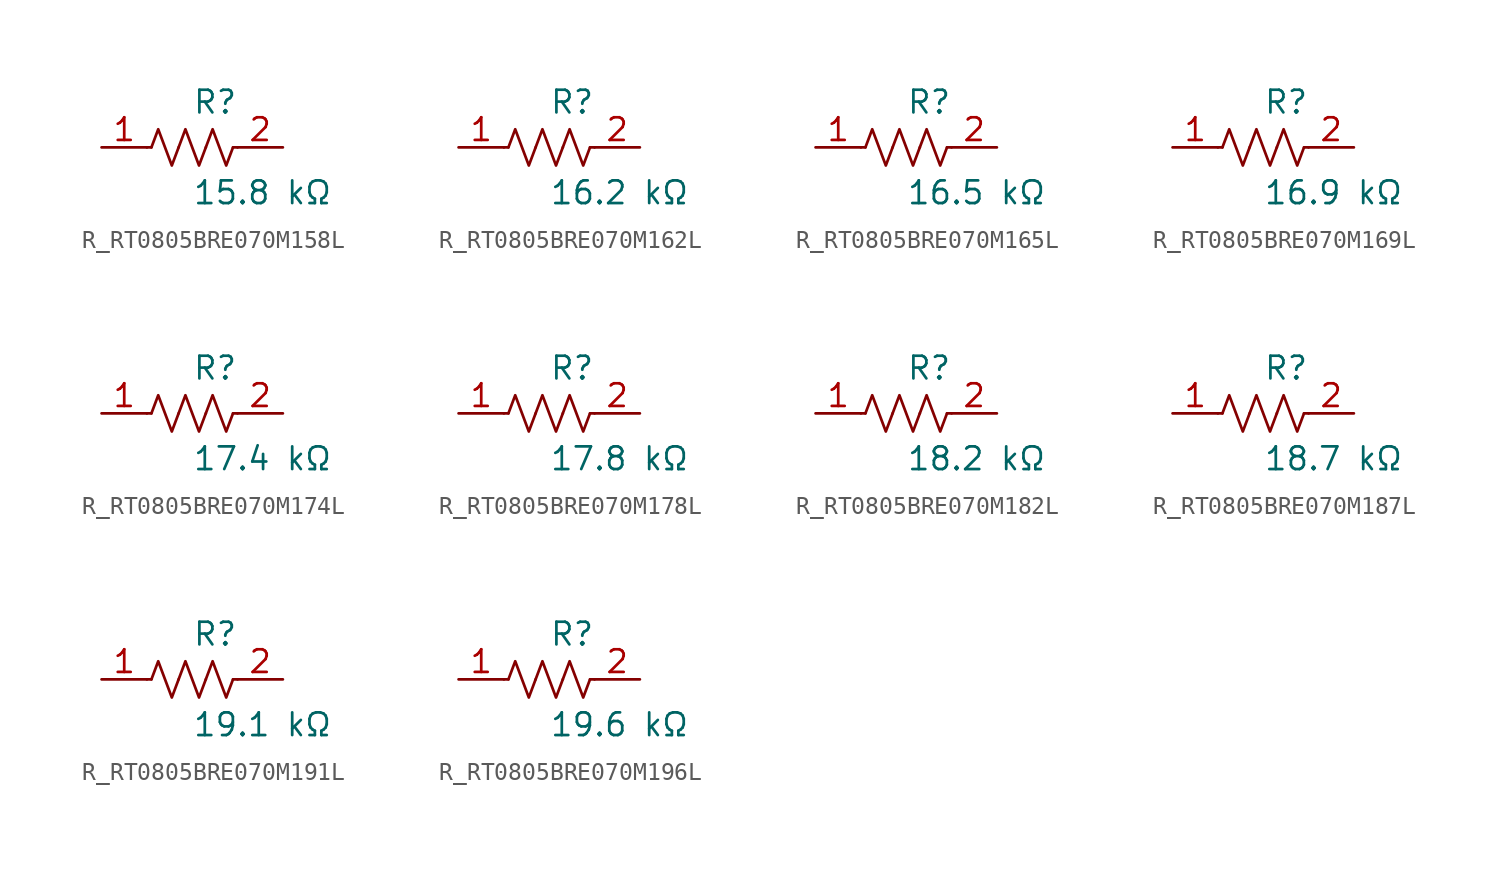
<source format=kicad_sym>
(kicad_symbol_lib
  (version 20231120)
  (generator kicad_symbol_editor)
  (generator_version 8.0)
  (symbol "R_RT0805BRE070M158L"
    (pin_names
      (offset 0.254))
    (property "Reference" "R"
      (at 0.0 2.54 0)
      (effects (font (size 1.27 1.27)) (justify left)))
    (property "Value" "15.8 kΩ"
      (at 0.0 -2.54 0)
      (effects (font (size 1.27 1.27)) (justify left)))
    (symbol "R_RT0805BRE070M158L_0_1"
      (polyline (pts (xy 2.286 0) (xy 2.54 0)) (stroke (width 0) (type default)) (fill (type none)))
      (polyline (pts (xy -2.286 0) (xy -2.54 0)) (stroke (width 0) (type default)) (fill (type none)))
      (polyline (pts (xy 0.762 0) (xy 1.143 1.016) (xy 1.524 0) (xy 1.905 -1.016) (xy 2.286 0)) (stroke (width 0) (type default)) (fill (type none)))
      (polyline (pts (xy -0.762 0) (xy -0.381 1.016) (xy 0 0) (xy 0.381 -1.016) (xy 0.762 0)) (stroke (width 0) (type default)) (fill (type none)))
      (polyline (pts (xy -2.286 0) (xy -1.905 1.016) (xy -1.524 0) (xy -1.143 -1.016) (xy -0.762 0)) (stroke (width 0) (type default)) (fill (type none))))
    (pin unspecified line
      (at -5.08 0 0)
      (length 2.54)
      (name "" (effects (font (size 1.27 1.27))))
      (number "1" (effects (font (size 1.27 1.27)))))
    (pin unspecified line
      (at 5.08 0 180)
      (length 2.54)
      (name "" (effects (font (size 1.27 1.27))))
      (number "2" (effects (font (size 1.27 1.27))))))
  (symbol "R_RT0805BRE070M162L"
    (pin_names
      (offset 0.254))
    (property "Reference" "R"
      (at 0.0 2.54 0)
      (effects (font (size 1.27 1.27)) (justify left)))
    (property "Value" "16.2 kΩ"
      (at 0.0 -2.54 0)
      (effects (font (size 1.27 1.27)) (justify left)))
    (symbol "R_RT0805BRE070M162L_0_1"
      (polyline (pts (xy 2.286 0) (xy 2.54 0)) (stroke (width 0) (type default)) (fill (type none)))
      (polyline (pts (xy -2.286 0) (xy -2.54 0)) (stroke (width 0) (type default)) (fill (type none)))
      (polyline (pts (xy 0.762 0) (xy 1.143 1.016) (xy 1.524 0) (xy 1.905 -1.016) (xy 2.286 0)) (stroke (width 0) (type default)) (fill (type none)))
      (polyline (pts (xy -0.762 0) (xy -0.381 1.016) (xy 0 0) (xy 0.381 -1.016) (xy 0.762 0)) (stroke (width 0) (type default)) (fill (type none)))
      (polyline (pts (xy -2.286 0) (xy -1.905 1.016) (xy -1.524 0) (xy -1.143 -1.016) (xy -0.762 0)) (stroke (width 0) (type default)) (fill (type none))))
    (pin unspecified line
      (at -5.08 0 0)
      (length 2.54)
      (name "" (effects (font (size 1.27 1.27))))
      (number "1" (effects (font (size 1.27 1.27)))))
    (pin unspecified line
      (at 5.08 0 180)
      (length 2.54)
      (name "" (effects (font (size 1.27 1.27))))
      (number "2" (effects (font (size 1.27 1.27))))))
  (symbol "R_RT0805BRE070M165L"
    (pin_names
      (offset 0.254))
    (property "Reference" "R"
      (at 0.0 2.54 0)
      (effects (font (size 1.27 1.27)) (justify left)))
    (property "Value" "16.5 kΩ"
      (at 0.0 -2.54 0)
      (effects (font (size 1.27 1.27)) (justify left)))
    (symbol "R_RT0805BRE070M165L_0_1"
      (polyline (pts (xy 2.286 0) (xy 2.54 0)) (stroke (width 0) (type default)) (fill (type none)))
      (polyline (pts (xy -2.286 0) (xy -2.54 0)) (stroke (width 0) (type default)) (fill (type none)))
      (polyline (pts (xy 0.762 0) (xy 1.143 1.016) (xy 1.524 0) (xy 1.905 -1.016) (xy 2.286 0)) (stroke (width 0) (type default)) (fill (type none)))
      (polyline (pts (xy -0.762 0) (xy -0.381 1.016) (xy 0 0) (xy 0.381 -1.016) (xy 0.762 0)) (stroke (width 0) (type default)) (fill (type none)))
      (polyline (pts (xy -2.286 0) (xy -1.905 1.016) (xy -1.524 0) (xy -1.143 -1.016) (xy -0.762 0)) (stroke (width 0) (type default)) (fill (type none))))
    (pin unspecified line
      (at -5.08 0 0)
      (length 2.54)
      (name "" (effects (font (size 1.27 1.27))))
      (number "1" (effects (font (size 1.27 1.27)))))
    (pin unspecified line
      (at 5.08 0 180)
      (length 2.54)
      (name "" (effects (font (size 1.27 1.27))))
      (number "2" (effects (font (size 1.27 1.27))))))
  (symbol "R_RT0805BRE070M169L"
    (pin_names
      (offset 0.254))
    (property "Reference" "R"
      (at 0.0 2.54 0)
      (effects (font (size 1.27 1.27)) (justify left)))
    (property "Value" "16.9 kΩ"
      (at 0.0 -2.54 0)
      (effects (font (size 1.27 1.27)) (justify left)))
    (symbol "R_RT0805BRE070M169L_0_1"
      (polyline (pts (xy 2.286 0) (xy 2.54 0)) (stroke (width 0) (type default)) (fill (type none)))
      (polyline (pts (xy -2.286 0) (xy -2.54 0)) (stroke (width 0) (type default)) (fill (type none)))
      (polyline (pts (xy 0.762 0) (xy 1.143 1.016) (xy 1.524 0) (xy 1.905 -1.016) (xy 2.286 0)) (stroke (width 0) (type default)) (fill (type none)))
      (polyline (pts (xy -0.762 0) (xy -0.381 1.016) (xy 0 0) (xy 0.381 -1.016) (xy 0.762 0)) (stroke (width 0) (type default)) (fill (type none)))
      (polyline (pts (xy -2.286 0) (xy -1.905 1.016) (xy -1.524 0) (xy -1.143 -1.016) (xy -0.762 0)) (stroke (width 0) (type default)) (fill (type none))))
    (pin unspecified line
      (at -5.08 0 0)
      (length 2.54)
      (name "" (effects (font (size 1.27 1.27))))
      (number "1" (effects (font (size 1.27 1.27)))))
    (pin unspecified line
      (at 5.08 0 180)
      (length 2.54)
      (name "" (effects (font (size 1.27 1.27))))
      (number "2" (effects (font (size 1.27 1.27))))))
  (symbol "R_RT0805BRE070M174L"
    (pin_names
      (offset 0.254))
    (property "Reference" "R"
      (at 0.0 2.54 0)
      (effects (font (size 1.27 1.27)) (justify left)))
    (property "Value" "17.4 kΩ"
      (at 0.0 -2.54 0)
      (effects (font (size 1.27 1.27)) (justify left)))
    (symbol "R_RT0805BRE070M174L_0_1"
      (polyline (pts (xy 2.286 0) (xy 2.54 0)) (stroke (width 0) (type default)) (fill (type none)))
      (polyline (pts (xy -2.286 0) (xy -2.54 0)) (stroke (width 0) (type default)) (fill (type none)))
      (polyline (pts (xy 0.762 0) (xy 1.143 1.016) (xy 1.524 0) (xy 1.905 -1.016) (xy 2.286 0)) (stroke (width 0) (type default)) (fill (type none)))
      (polyline (pts (xy -0.762 0) (xy -0.381 1.016) (xy 0 0) (xy 0.381 -1.016) (xy 0.762 0)) (stroke (width 0) (type default)) (fill (type none)))
      (polyline (pts (xy -2.286 0) (xy -1.905 1.016) (xy -1.524 0) (xy -1.143 -1.016) (xy -0.762 0)) (stroke (width 0) (type default)) (fill (type none))))
    (pin unspecified line
      (at -5.08 0 0)
      (length 2.54)
      (name "" (effects (font (size 1.27 1.27))))
      (number "1" (effects (font (size 1.27 1.27)))))
    (pin unspecified line
      (at 5.08 0 180)
      (length 2.54)
      (name "" (effects (font (size 1.27 1.27))))
      (number "2" (effects (font (size 1.27 1.27))))))
  (symbol "R_RT0805BRE070M178L"
    (pin_names
      (offset 0.254))
    (property "Reference" "R"
      (at 0.0 2.54 0)
      (effects (font (size 1.27 1.27)) (justify left)))
    (property "Value" "17.8 kΩ"
      (at 0.0 -2.54 0)
      (effects (font (size 1.27 1.27)) (justify left)))
    (symbol "R_RT0805BRE070M178L_0_1"
      (polyline (pts (xy 2.286 0) (xy 2.54 0)) (stroke (width 0) (type default)) (fill (type none)))
      (polyline (pts (xy -2.286 0) (xy -2.54 0)) (stroke (width 0) (type default)) (fill (type none)))
      (polyline (pts (xy 0.762 0) (xy 1.143 1.016) (xy 1.524 0) (xy 1.905 -1.016) (xy 2.286 0)) (stroke (width 0) (type default)) (fill (type none)))
      (polyline (pts (xy -0.762 0) (xy -0.381 1.016) (xy 0 0) (xy 0.381 -1.016) (xy 0.762 0)) (stroke (width 0) (type default)) (fill (type none)))
      (polyline (pts (xy -2.286 0) (xy -1.905 1.016) (xy -1.524 0) (xy -1.143 -1.016) (xy -0.762 0)) (stroke (width 0) (type default)) (fill (type none))))
    (pin unspecified line
      (at -5.08 0 0)
      (length 2.54)
      (name "" (effects (font (size 1.27 1.27))))
      (number "1" (effects (font (size 1.27 1.27)))))
    (pin unspecified line
      (at 5.08 0 180)
      (length 2.54)
      (name "" (effects (font (size 1.27 1.27))))
      (number "2" (effects (font (size 1.27 1.27))))))
  (symbol "R_RT0805BRE070M182L"
    (pin_names
      (offset 0.254))
    (property "Reference" "R"
      (at 0.0 2.54 0)
      (effects (font (size 1.27 1.27)) (justify left)))
    (property "Value" "18.2 kΩ"
      (at 0.0 -2.54 0)
      (effects (font (size 1.27 1.27)) (justify left)))
    (symbol "R_RT0805BRE070M182L_0_1"
      (polyline (pts (xy 2.286 0) (xy 2.54 0)) (stroke (width 0) (type default)) (fill (type none)))
      (polyline (pts (xy -2.286 0) (xy -2.54 0)) (stroke (width 0) (type default)) (fill (type none)))
      (polyline (pts (xy 0.762 0) (xy 1.143 1.016) (xy 1.524 0) (xy 1.905 -1.016) (xy 2.286 0)) (stroke (width 0) (type default)) (fill (type none)))
      (polyline (pts (xy -0.762 0) (xy -0.381 1.016) (xy 0 0) (xy 0.381 -1.016) (xy 0.762 0)) (stroke (width 0) (type default)) (fill (type none)))
      (polyline (pts (xy -2.286 0) (xy -1.905 1.016) (xy -1.524 0) (xy -1.143 -1.016) (xy -0.762 0)) (stroke (width 0) (type default)) (fill (type none))))
    (pin unspecified line
      (at -5.08 0 0)
      (length 2.54)
      (name "" (effects (font (size 1.27 1.27))))
      (number "1" (effects (font (size 1.27 1.27)))))
    (pin unspecified line
      (at 5.08 0 180)
      (length 2.54)
      (name "" (effects (font (size 1.27 1.27))))
      (number "2" (effects (font (size 1.27 1.27))))))
  (symbol "R_RT0805BRE070M187L"
    (pin_names
      (offset 0.254))
    (property "Reference" "R"
      (at 0.0 2.54 0)
      (effects (font (size 1.27 1.27)) (justify left)))
    (property "Value" "18.7 kΩ"
      (at 0.0 -2.54 0)
      (effects (font (size 1.27 1.27)) (justify left)))
    (symbol "R_RT0805BRE070M187L_0_1"
      (polyline (pts (xy 2.286 0) (xy 2.54 0)) (stroke (width 0) (type default)) (fill (type none)))
      (polyline (pts (xy -2.286 0) (xy -2.54 0)) (stroke (width 0) (type default)) (fill (type none)))
      (polyline (pts (xy 0.762 0) (xy 1.143 1.016) (xy 1.524 0) (xy 1.905 -1.016) (xy 2.286 0)) (stroke (width 0) (type default)) (fill (type none)))
      (polyline (pts (xy -0.762 0) (xy -0.381 1.016) (xy 0 0) (xy 0.381 -1.016) (xy 0.762 0)) (stroke (width 0) (type default)) (fill (type none)))
      (polyline (pts (xy -2.286 0) (xy -1.905 1.016) (xy -1.524 0) (xy -1.143 -1.016) (xy -0.762 0)) (stroke (width 0) (type default)) (fill (type none))))
    (pin unspecified line
      (at -5.08 0 0)
      (length 2.54)
      (name "" (effects (font (size 1.27 1.27))))
      (number "1" (effects (font (size 1.27 1.27)))))
    (pin unspecified line
      (at 5.08 0 180)
      (length 2.54)
      (name "" (effects (font (size 1.27 1.27))))
      (number "2" (effects (font (size 1.27 1.27))))))
  (symbol "R_RT0805BRE070M191L"
    (pin_names
      (offset 0.254))
    (property "Reference" "R"
      (at 0.0 2.54 0)
      (effects (font (size 1.27 1.27)) (justify left)))
    (property "Value" "19.1 kΩ"
      (at 0.0 -2.54 0)
      (effects (font (size 1.27 1.27)) (justify left)))
    (symbol "R_RT0805BRE070M191L_0_1"
      (polyline (pts (xy 2.286 0) (xy 2.54 0)) (stroke (width 0) (type default)) (fill (type none)))
      (polyline (pts (xy -2.286 0) (xy -2.54 0)) (stroke (width 0) (type default)) (fill (type none)))
      (polyline (pts (xy 0.762 0) (xy 1.143 1.016) (xy 1.524 0) (xy 1.905 -1.016) (xy 2.286 0)) (stroke (width 0) (type default)) (fill (type none)))
      (polyline (pts (xy -0.762 0) (xy -0.381 1.016) (xy 0 0) (xy 0.381 -1.016) (xy 0.762 0)) (stroke (width 0) (type default)) (fill (type none)))
      (polyline (pts (xy -2.286 0) (xy -1.905 1.016) (xy -1.524 0) (xy -1.143 -1.016) (xy -0.762 0)) (stroke (width 0) (type default)) (fill (type none))))
    (pin unspecified line
      (at -5.08 0 0)
      (length 2.54)
      (name "" (effects (font (size 1.27 1.27))))
      (number "1" (effects (font (size 1.27 1.27)))))
    (pin unspecified line
      (at 5.08 0 180)
      (length 2.54)
      (name "" (effects (font (size 1.27 1.27))))
      (number "2" (effects (font (size 1.27 1.27))))))
  (symbol "R_RT0805BRE070M196L"
    (pin_names
      (offset 0.254))
    (property "Reference" "R"
      (at 0.0 2.54 0)
      (effects (font (size 1.27 1.27)) (justify left)))
    (property "Value" "19.6 kΩ"
      (at 0.0 -2.54 0)
      (effects (font (size 1.27 1.27)) (justify left)))
    (symbol "R_RT0805BRE070M196L_0_1"
      (polyline (pts (xy 2.286 0) (xy 2.54 0)) (stroke (width 0) (type default)) (fill (type none)))
      (polyline (pts (xy -2.286 0) (xy -2.54 0)) (stroke (width 0) (type default)) (fill (type none)))
      (polyline (pts (xy 0.762 0) (xy 1.143 1.016) (xy 1.524 0) (xy 1.905 -1.016) (xy 2.286 0)) (stroke (width 0) (type default)) (fill (type none)))
      (polyline (pts (xy -0.762 0) (xy -0.381 1.016) (xy 0 0) (xy 0.381 -1.016) (xy 0.762 0)) (stroke (width 0) (type default)) (fill (type none)))
      (polyline (pts (xy -2.286 0) (xy -1.905 1.016) (xy -1.524 0) (xy -1.143 -1.016) (xy -0.762 0)) (stroke (width 0) (type default)) (fill (type none))))
    (pin unspecified line
      (at -5.08 0 0)
      (length 2.54)
      (name "" (effects (font (size 1.27 1.27))))
      (number "1" (effects (font (size 1.27 1.27)))))
    (pin unspecified line
      (at 5.08 0 180)
      (length 2.54)
      (name "" (effects (font (size 1.27 1.27))))
      (number "2" (effects (font (size 1.27 1.27)))))))
</source>
